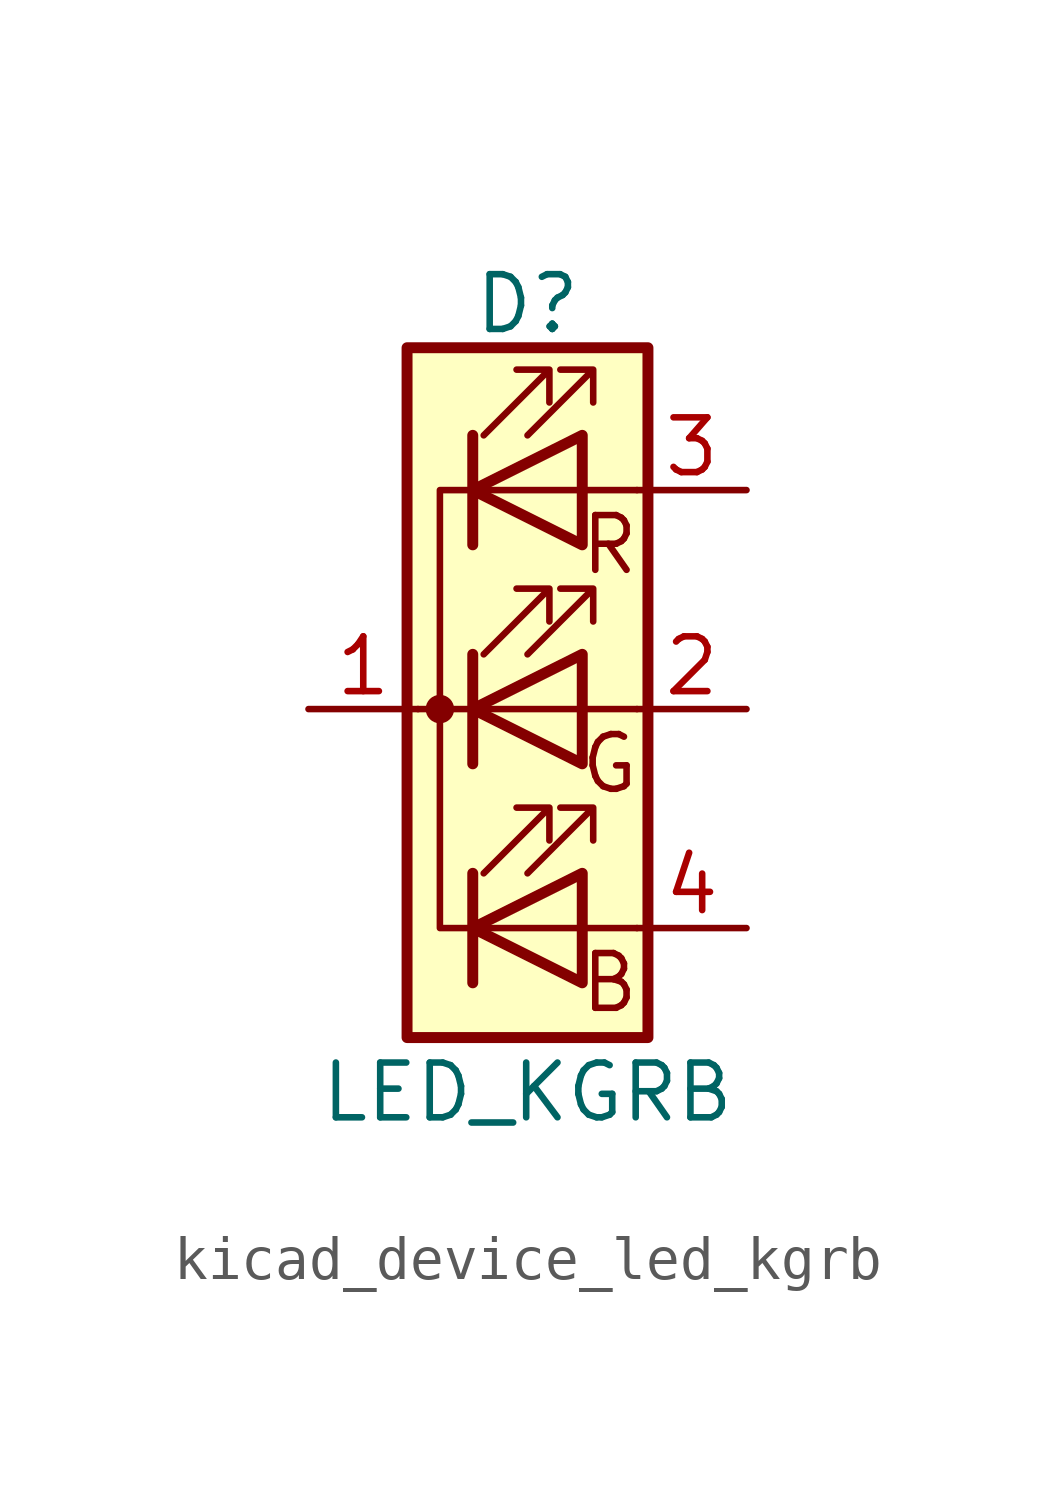
<source format=kicad_sym>
(kicad_symbol_lib
  (version 20220914)
  (generator kicad_symbol_editor)
  (symbol "kicad_device_led_kgrb"
    (pin_names
      (offset 0) hide)
    (property "Reference" "D"
      (at 0 9.398 0)
      (effects (font (size 1.27 1.27))))
    (property "Value" "LED_KGRB"
      (at 0 -8.89 0)
      (effects (font (size 1.27 1.27))))
    (symbol "kicad_device_led_kgrb_0_0"
      (text "B" (at 1.905 -6.35 0) (effects (font (size 1.27 1.27))))
      (text "G" (at 1.905 -1.27 0) (effects (font (size 1.27 1.27))))
      (text "R" (at 1.905 3.81 0) (effects (font (size 1.27 1.27)))))
    (symbol "kicad_device_led_kgrb_0_1"
      (circle (center -2.032 0) (radius 0.254) (stroke (width 0) (type default)) (fill (type outline)))
      (polyline (pts (xy -1.27 -5.08) (xy 1.27 -5.08)) (stroke (width 0) (type default)) (fill (type none)))
      (polyline (pts (xy -1.27 -3.81) (xy -1.27 -6.35)) (stroke (width 0.254) (type default)) (fill (type none)))
      (polyline (pts (xy -1.27 0) (xy -2.54 0)) (stroke (width 0) (type default)) (fill (type none)))
      (polyline (pts (xy -1.27 1.27) (xy -1.27 -1.27)) (stroke (width 0.254) (type default)) (fill (type none)))
      (polyline (pts (xy -1.27 5.08) (xy 1.27 5.08)) (stroke (width 0) (type default)) (fill (type none)))
      (polyline (pts (xy -1.27 6.35) (xy -1.27 3.81)) (stroke (width 0.254) (type default)) (fill (type none)))
      (polyline (pts (xy 1.27 -5.08) (xy 2.54 -5.08)) (stroke (width 0) (type default)) (fill (type none)))
      (polyline (pts (xy 1.27 0) (xy -1.27 0)) (stroke (width 0) (type default)) (fill (type none)))
      (polyline (pts (xy 1.27 0) (xy 2.54 0)) (stroke (width 0) (type default)) (fill (type none)))
      (polyline (pts (xy 1.27 5.08) (xy 2.54 5.08)) (stroke (width 0) (type default)) (fill (type none)))
      (polyline (pts (xy -1.27 1.27) (xy -1.27 -1.27) (xy -1.27 -1.27)) (stroke (width 0) (type default)) (fill (type none)))
      (polyline (pts (xy -1.27 6.35) (xy -1.27 3.81) (xy -1.27 3.81)) (stroke (width 0) (type default)) (fill (type none)))
      (polyline (pts (xy -1.27 5.08) (xy -2.032 5.08) (xy -2.032 -5.08) (xy -1.016 -5.08)) (stroke (width 0) (type default)) (fill (type none)))
      (polyline (pts (xy 1.27 -3.81) (xy 1.27 -6.35) (xy -1.27 -5.08) (xy 1.27 -3.81)) (stroke (width 0.254) (type default)) (fill (type none)))
      (polyline (pts (xy 1.27 1.27) (xy 1.27 -1.27) (xy -1.27 0) (xy 1.27 1.27)) (stroke (width 0.254) (type default)) (fill (type none)))
      (polyline (pts (xy 1.27 6.35) (xy 1.27 3.81) (xy -1.27 5.08) (xy 1.27 6.35)) (stroke (width 0.254) (type default)) (fill (type none)))
      (polyline (pts (xy -1.016 -3.81) (xy 0.508 -2.286) (xy -0.254 -2.286) (xy 0.508 -2.286) (xy 0.508 -3.048)) (stroke (width 0) (type default)) (fill (type none)))
      (polyline (pts (xy -1.016 1.27) (xy 0.508 2.794) (xy -0.254 2.794) (xy 0.508 2.794) (xy 0.508 2.032)) (stroke (width 0) (type default)) (fill (type none)))
      (polyline (pts (xy -1.016 6.35) (xy 0.508 7.874) (xy -0.254 7.874) (xy 0.508 7.874) (xy 0.508 7.112)) (stroke (width 0) (type default)) (fill (type none)))
      (polyline (pts (xy 0 -3.81) (xy 1.524 -2.286) (xy 0.762 -2.286) (xy 1.524 -2.286) (xy 1.524 -3.048)) (stroke (width 0) (type default)) (fill (type none)))
      (polyline (pts (xy 0 1.27) (xy 1.524 2.794) (xy 0.762 2.794) (xy 1.524 2.794) (xy 1.524 2.032)) (stroke (width 0) (type default)) (fill (type none)))
      (polyline (pts (xy 0 6.35) (xy 1.524 7.874) (xy 0.762 7.874) (xy 1.524 7.874) (xy 1.524 7.112)) (stroke (width 0) (type default)) (fill (type none)))
      (rectangle (start 1.27 -1.27) (end 1.27 1.27) (stroke (width 0) (type default)) (fill (type none)))
      (rectangle (start 1.27 1.27) (end 1.27 1.27) (stroke (width 0) (type default)) (fill (type none)))
      (rectangle (start 1.27 3.81) (end 1.27 6.35) (stroke (width 0) (type default)) (fill (type none)))
      (rectangle (start 1.27 6.35) (end 1.27 6.35) (stroke (width 0) (type default)) (fill (type none)))
      (rectangle (start 2.794 8.382) (end -2.794 -7.62) (stroke (width 0.254) (type default)) (fill (type background))))
    (symbol "kicad_device_led_kgrb_1_1"
      (pin passive line (at -5.08 0 0) (length 2.54) (name "K" (effects (font (size 1.27 1.27)))) (number "1" (effects (font (size 1.27 1.27)))))
      (pin passive line (at 5.08 0 180) (length 2.54) (name "GA" (effects (font (size 1.27 1.27)))) (number "2" (effects (font (size 1.27 1.27)))))
      (pin passive line (at 5.08 5.08 180) (length 2.54) (name "RA" (effects (font (size 1.27 1.27)))) (number "3" (effects (font (size 1.27 1.27)))))
      (pin passive line (at 5.08 -5.08 180) (length 2.54) (name "BA" (effects (font (size 1.27 1.27)))) (number "4" (effects (font (size 1.27 1.27))))))))
</source>
